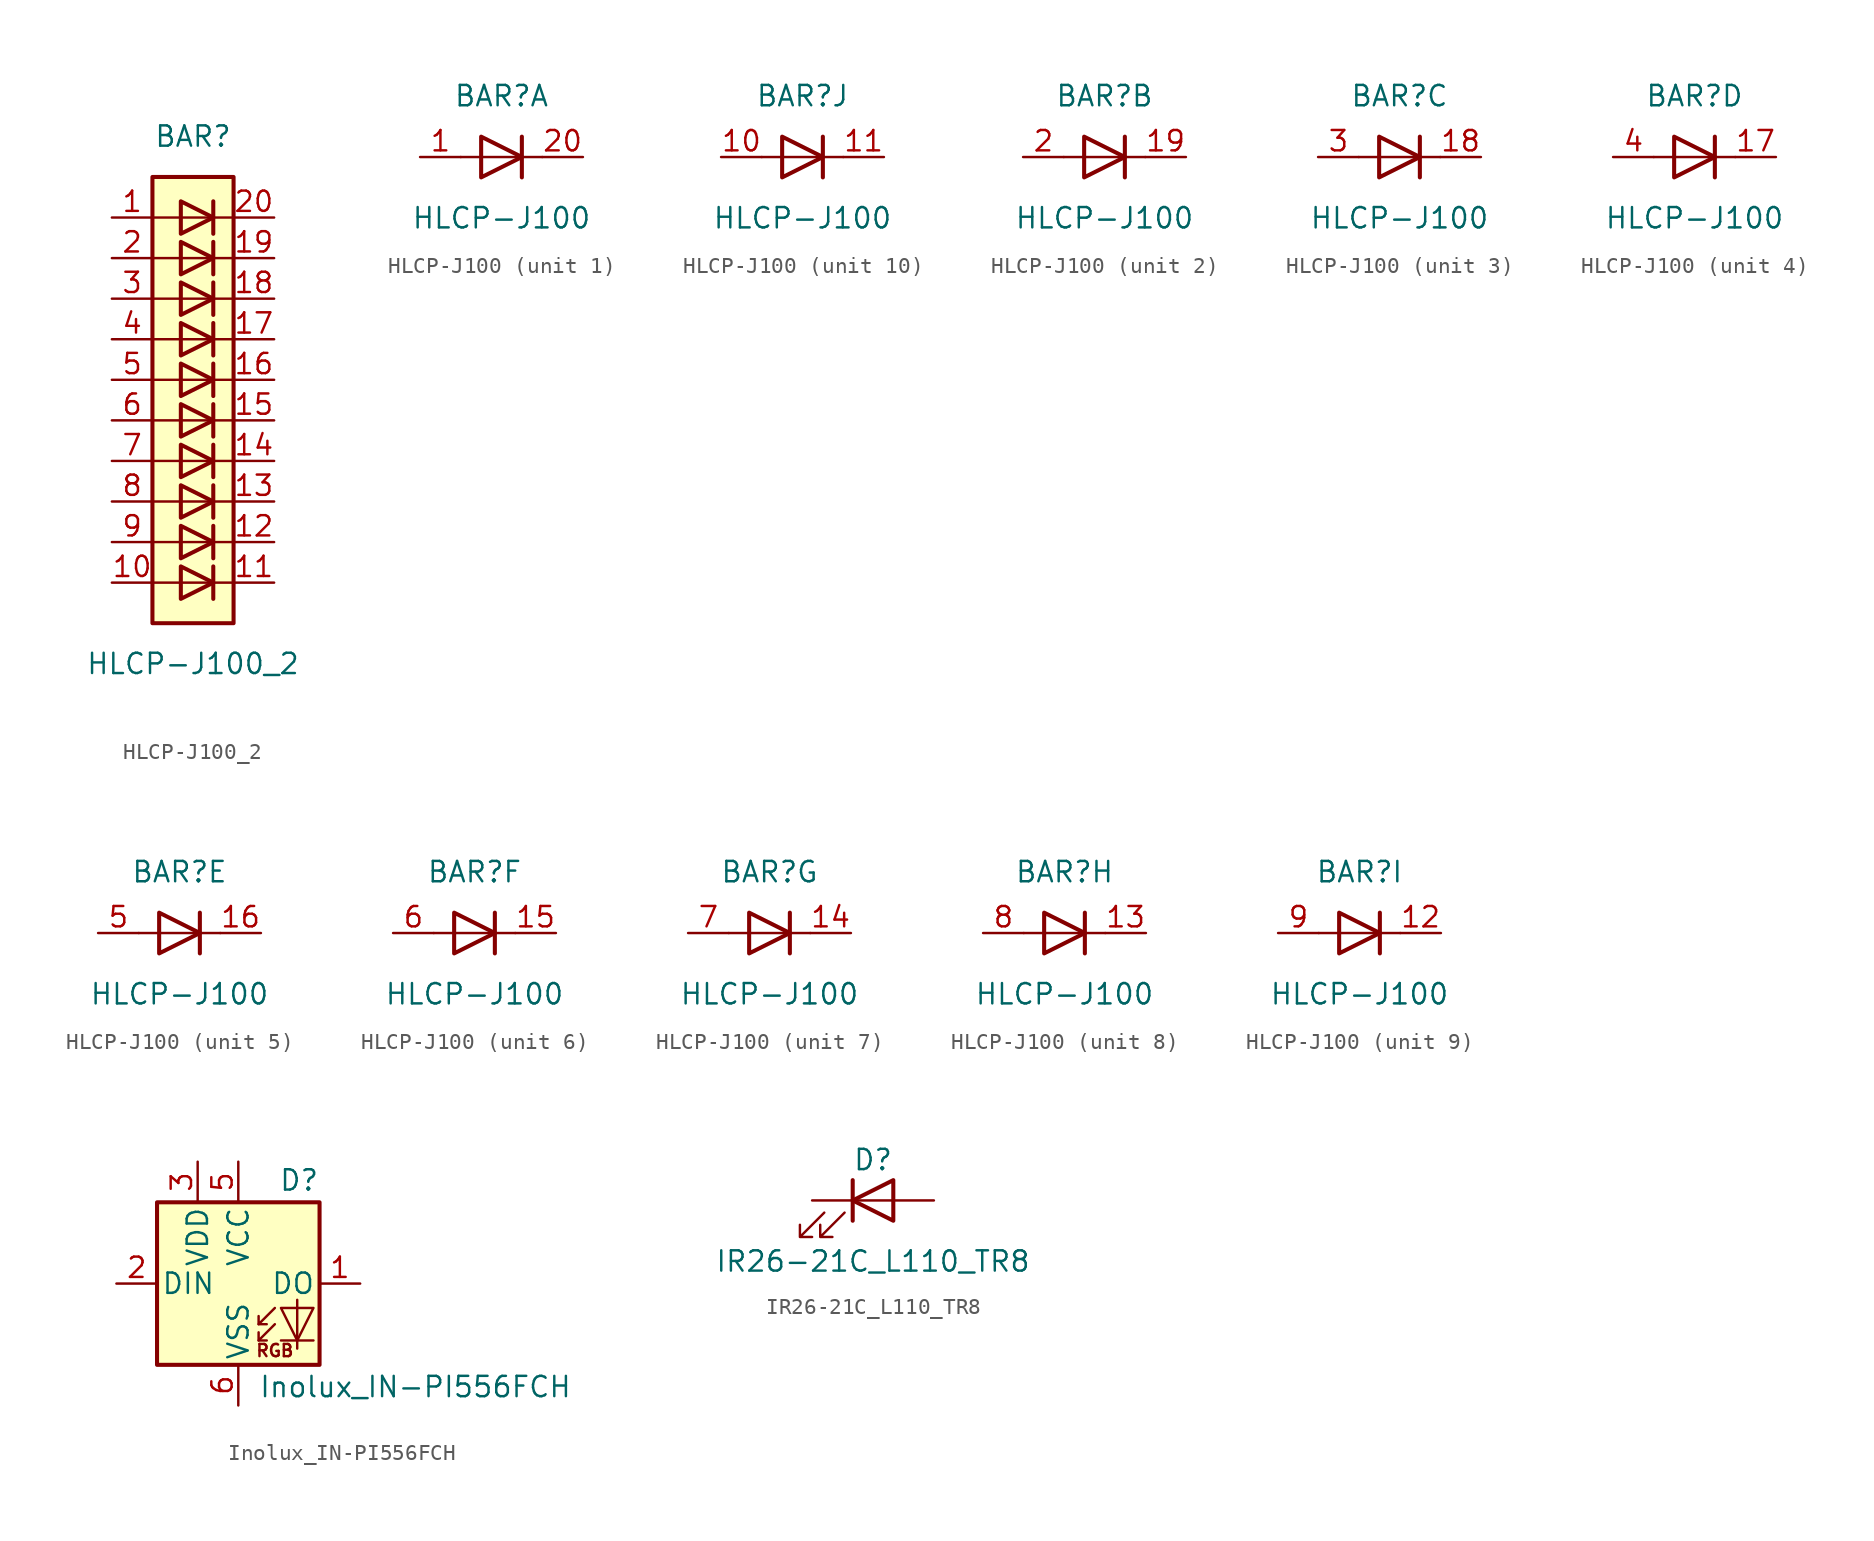
<source format=kicad_sym>
(kicad_symbol_lib
  (version 20241209)
  (generator "kicad_symbol_editor")
  (generator_version "9.0")
  (symbol "HLCP-J100_2"
    (pin_names
      (offset 1.016) hide)
    (property "Reference" "BAR"
      (at 0 15.24 0)
      (effects (font (size 1.27 1.27))))
    (property "Value" "HLCP-J100_2"
      (at 0 -17.78 0)
      (effects (font (size 1.27 1.27))))
    (symbol "HLCP-J100_2_0_1"
      (rectangle (start -2.54 12.7) (end 2.54 -15.24) (stroke (width 0.254) (type default)) (fill (type background)))
      (polyline (pts (xy -2.54 10.16) (xy 2.54 10.16)) (stroke (width 0) (type default)) (fill (type none)))
      (polyline (pts (xy -2.54 7.62) (xy 2.54 7.62)) (stroke (width 0) (type default)) (fill (type none)))
      (polyline (pts (xy -2.54 5.08) (xy 2.54 5.08)) (stroke (width 0) (type default)) (fill (type none)))
      (polyline (pts (xy -2.54 0) (xy 2.54 0)) (stroke (width 0) (type default)) (fill (type none)))
      (polyline (pts (xy -2.54 -5.08) (xy 2.54 -5.08)) (stroke (width 0) (type default)) (fill (type none)))
      (polyline (pts (xy -2.54 -7.62) (xy 2.54 -7.62)) (stroke (width 0) (type default)) (fill (type none)))
      (polyline (pts (xy -2.54 -10.16) (xy 2.54 -10.16)) (stroke (width 0) (type default)) (fill (type none)))
      (polyline (pts (xy -2.54 -12.7) (xy 2.54 -12.7)) (stroke (width 0) (type default)) (fill (type none)))
      (polyline (pts (xy -0.762 11.176) (xy -0.762 9.144) (xy 1.27 10.16) (xy -0.762 11.176)) (stroke (width 0.254) (type default)) (fill (type none)))
      (polyline (pts (xy -0.762 8.636) (xy -0.762 6.604) (xy 1.27 7.62) (xy -0.762 8.636)) (stroke (width 0.254) (type default)) (fill (type none)))
      (polyline (pts (xy -0.762 6.096) (xy -0.762 4.064) (xy 1.27 5.08) (xy -0.762 6.096)) (stroke (width 0.254) (type default)) (fill (type none)))
      (polyline (pts (xy -0.762 3.556) (xy -0.762 1.524) (xy 1.27 2.54) (xy -0.762 3.556)) (stroke (width 0.254) (type default)) (fill (type none)))
      (polyline (pts (xy -0.762 1.016) (xy -0.762 -1.016) (xy 1.27 0) (xy -0.762 1.016)) (stroke (width 0.254) (type default)) (fill (type none)))
      (polyline (pts (xy -0.762 -1.524) (xy -0.762 -3.556) (xy 1.27 -2.54) (xy -0.762 -1.524)) (stroke (width 0.254) (type default)) (fill (type none)))
      (polyline (pts (xy -0.762 -4.064) (xy -0.762 -6.096) (xy 1.27 -5.08) (xy -0.762 -4.064)) (stroke (width 0.254) (type default)) (fill (type none)))
      (polyline (pts (xy -0.762 -6.604) (xy -0.762 -8.636) (xy 1.27 -7.62) (xy -0.762 -6.604)) (stroke (width 0.254) (type default)) (fill (type none)))
      (polyline (pts (xy -0.762 -9.144) (xy -0.762 -11.176) (xy 1.27 -10.16) (xy -0.762 -9.144)) (stroke (width 0.254) (type default)) (fill (type none)))
      (polyline (pts (xy -0.762 -11.684) (xy -0.762 -13.716) (xy 1.27 -12.7) (xy -0.762 -11.684)) (stroke (width 0.254) (type default)) (fill (type none)))
      (polyline (pts (xy 1.27 11.176) (xy 1.27 9.144)) (stroke (width 0.254) (type default)) (fill (type none)))
      (polyline (pts (xy 1.27 8.636) (xy 1.27 6.604)) (stroke (width 0.254) (type default)) (fill (type none)))
      (polyline (pts (xy 1.27 6.096) (xy 1.27 4.064)) (stroke (width 0.254) (type default)) (fill (type none)))
      (polyline (pts (xy 1.27 3.556) (xy 1.27 1.524)) (stroke (width 0.254) (type default)) (fill (type none)))
      (polyline (pts (xy 1.27 1.016) (xy 1.27 -1.016)) (stroke (width 0.254) (type default)) (fill (type none)))
      (polyline (pts (xy 1.27 -1.524) (xy 1.27 -3.556)) (stroke (width 0.254) (type default)) (fill (type none)))
      (polyline (pts (xy 1.27 -4.064) (xy 1.27 -6.096)) (stroke (width 0.254) (type default)) (fill (type none)))
      (polyline (pts (xy 1.27 -6.604) (xy 1.27 -8.636)) (stroke (width 0.254) (type default)) (fill (type none)))
      (polyline (pts (xy 1.27 -9.144) (xy 1.27 -11.176)) (stroke (width 0.254) (type default)) (fill (type none)))
      (polyline (pts (xy 1.27 -11.684) (xy 1.27 -13.716)) (stroke (width 0.254) (type default)) (fill (type none)))
      (polyline (pts (xy 2.54 2.54) (xy -2.54 2.54)) (stroke (width 0) (type default)) (fill (type none)))
      (polyline (pts (xy 2.54 -2.54) (xy -2.54 -2.54)) (stroke (width 0) (type default)) (fill (type none))))
    (symbol "HLCP-J100_2_1_1"
      (pin passive line (at -5.08 10.16 0) (length 2.54) (name "A" (effects (font (size 1.27 1.27)))) (number "1" (effects (font (size 1.27 1.27)))))
      (pin passive line (at -5.08 7.62 0) (length 2.54) (name "A" (effects (font (size 1.27 1.27)))) (number "2" (effects (font (size 1.27 1.27)))))
      (pin passive line (at -5.08 5.08 0) (length 2.54) (name "A" (effects (font (size 1.27 1.27)))) (number "3" (effects (font (size 1.27 1.27)))))
      (pin passive line (at -5.08 2.54 0) (length 2.54) (name "A" (effects (font (size 1.27 1.27)))) (number "4" (effects (font (size 1.27 1.27)))))
      (pin passive line (at -5.08 0 0) (length 2.54) (name "A" (effects (font (size 1.27 1.27)))) (number "5" (effects (font (size 1.27 1.27)))))
      (pin passive line (at -5.08 -2.54 0) (length 2.54) (name "A" (effects (font (size 1.27 1.27)))) (number "6" (effects (font (size 1.27 1.27)))))
      (pin passive line (at -5.08 -5.08 0) (length 2.54) (name "A" (effects (font (size 1.27 1.27)))) (number "7" (effects (font (size 1.27 1.27)))))
      (pin passive line (at -5.08 -7.62 0) (length 2.54) (name "A" (effects (font (size 1.27 1.27)))) (number "8" (effects (font (size 1.27 1.27)))))
      (pin passive line (at -5.08 -10.16 0) (length 2.54) (name "A" (effects (font (size 1.27 1.27)))) (number "9" (effects (font (size 1.27 1.27)))))
      (pin passive line (at -5.08 -12.7 0) (length 2.54) (name "A" (effects (font (size 1.27 1.27)))) (number "10" (effects (font (size 1.27 1.27)))))
      (pin passive line (at 5.08 10.16 180) (length 2.54) (name "K" (effects (font (size 1.27 1.27)))) (number "20" (effects (font (size 1.27 1.27)))))
      (pin passive line (at 5.08 7.62 180) (length 2.54) (name "K" (effects (font (size 1.27 1.27)))) (number "19" (effects (font (size 1.27 1.27)))))
      (pin passive line (at 5.08 5.08 180) (length 2.54) (name "K" (effects (font (size 1.27 1.27)))) (number "18" (effects (font (size 1.27 1.27)))))
      (pin passive line (at 5.08 2.54 180) (length 2.54) (name "K" (effects (font (size 1.27 1.27)))) (number "17" (effects (font (size 1.27 1.27)))))
      (pin passive line (at 5.08 0 180) (length 2.54) (name "K" (effects (font (size 1.27 1.27)))) (number "16" (effects (font (size 1.27 1.27)))))
      (pin passive line (at 5.08 -2.54 180) (length 2.54) (name "K" (effects (font (size 1.27 1.27)))) (number "15" (effects (font (size 1.27 1.27)))))
      (pin passive line (at 5.08 -5.08 180) (length 2.54) (name "K" (effects (font (size 1.27 1.27)))) (number "14" (effects (font (size 1.27 1.27)))))
      (pin passive line (at 5.08 -7.62 180) (length 2.54) (name "K" (effects (font (size 1.27 1.27)))) (number "13" (effects (font (size 1.27 1.27)))))
      (pin passive line (at 5.08 -10.16 180) (length 2.54) (name "K" (effects (font (size 1.27 1.27)))) (number "12" (effects (font (size 1.27 1.27)))))
      (pin passive line (at 5.08 -12.7 180) (length 2.54) (name "K" (effects (font (size 1.27 1.27)))) (number "11" (effects (font (size 1.27 1.27)))))))
  (symbol "HLCP-J100"
    (pin_names
      (offset 1.016) hide)
    (property "Reference" "BAR"
      (at 0 3.81 0)
      (effects (font (size 1.27 1.27))))
    (property "Value" "HLCP-J100"
      (at 0 -3.81 0)
      (effects (font (size 1.27 1.27))))
    (symbol "HLCP-J100_0_1"
      (polyline (pts (xy -2.54 0) (xy 2.54 0)) (stroke (width 0) (type default)) (fill (type none)))
      (polyline (pts (xy -1.27 1.27) (xy -1.27 -1.27) (xy 1.27 0) (xy -1.27 1.27)) (stroke (width 0.254) (type default)) (fill (type none)))
      (polyline (pts (xy 1.27 -1.27) (xy 1.27 1.27)) (stroke (width 0.254) (type default)) (fill (type none))))
    (symbol "HLCP-J100_1_1"
      (pin passive line (at -5.08 0 0) (length 2.54) (name "A" (effects (font (size 1.27 1.27)))) (number "1" (effects (font (size 1.27 1.27)))))
      (pin passive line (at 5.08 0 180) (length 2.54) (name "K" (effects (font (size 1.27 1.27)))) (number "20" (effects (font (size 1.27 1.27))))))
    (symbol "HLCP-J100_2_1"
      (pin passive line (at -5.08 0 0) (length 2.54) (name "A" (effects (font (size 1.27 1.27)))) (number "2" (effects (font (size 1.27 1.27)))))
      (pin passive line (at 5.08 0 180) (length 2.54) (name "K" (effects (font (size 1.27 1.27)))) (number "19" (effects (font (size 1.27 1.27))))))
    (symbol "HLCP-J100_3_1"
      (pin passive line (at -5.08 0 0) (length 2.54) (name "A" (effects (font (size 1.27 1.27)))) (number "3" (effects (font (size 1.27 1.27)))))
      (pin passive line (at 5.08 0 180) (length 2.54) (name "K" (effects (font (size 1.27 1.27)))) (number "18" (effects (font (size 1.27 1.27))))))
    (symbol "HLCP-J100_4_1"
      (pin passive line (at -5.08 0 0) (length 2.54) (name "A" (effects (font (size 1.27 1.27)))) (number "4" (effects (font (size 1.27 1.27)))))
      (pin passive line (at 5.08 0 180) (length 2.54) (name "K" (effects (font (size 1.27 1.27)))) (number "17" (effects (font (size 1.27 1.27))))))
    (symbol "HLCP-J100_5_1"
      (pin passive line (at -5.08 0 0) (length 2.54) (name "A" (effects (font (size 1.27 1.27)))) (number "5" (effects (font (size 1.27 1.27)))))
      (pin passive line (at 5.08 0 180) (length 2.54) (name "K" (effects (font (size 1.27 1.27)))) (number "16" (effects (font (size 1.27 1.27))))))
    (symbol "HLCP-J100_6_1"
      (pin passive line (at -5.08 0 0) (length 2.54) (name "A" (effects (font (size 1.27 1.27)))) (number "6" (effects (font (size 1.27 1.27)))))
      (pin passive line (at 5.08 0 180) (length 2.54) (name "K" (effects (font (size 1.27 1.27)))) (number "15" (effects (font (size 1.27 1.27))))))
    (symbol "HLCP-J100_7_1"
      (pin passive line (at -5.08 0 0) (length 2.54) (name "A" (effects (font (size 1.27 1.27)))) (number "7" (effects (font (size 1.27 1.27)))))
      (pin passive line (at 5.08 0 180) (length 2.54) (name "K" (effects (font (size 1.27 1.27)))) (number "14" (effects (font (size 1.27 1.27))))))
    (symbol "HLCP-J100_8_1"
      (pin passive line (at -5.08 0 0) (length 2.54) (name "A" (effects (font (size 1.27 1.27)))) (number "8" (effects (font (size 1.27 1.27)))))
      (pin passive line (at 5.08 0 180) (length 2.54) (name "K" (effects (font (size 1.27 1.27)))) (number "13" (effects (font (size 1.27 1.27))))))
    (symbol "HLCP-J100_9_1"
      (pin passive line (at -5.08 0 0) (length 2.54) (name "A" (effects (font (size 1.27 1.27)))) (number "9" (effects (font (size 1.27 1.27)))))
      (pin passive line (at 5.08 0 180) (length 2.54) (name "K" (effects (font (size 1.27 1.27)))) (number "12" (effects (font (size 1.27 1.27))))))
    (symbol "HLCP-J100_10_1"
      (pin passive line (at -5.08 0 0) (length 2.54) (name "A" (effects (font (size 1.27 1.27)))) (number "10" (effects (font (size 1.27 1.27)))))
      (pin passive line (at 5.08 0 180) (length 2.54) (name "K" (effects (font (size 1.27 1.27)))) (number "11" (effects (font (size 1.27 1.27)))))))
  (symbol "Inolux_IN-PI556FCH"
    (pin_names
      (offset 0.254))
    (property "Reference" "D"
      (at 5.08 5.715 0)
      (effects (font (size 1.27 1.27)) (justify right bottom)))
    (property "Value" "Inolux_IN-PI556FCH"
      (at 1.27 -5.715 0)
      (effects (font (size 1.27 1.27)) (justify left top)))
    (symbol "Inolux_IN-PI556FCH_0_0"
      (text "RGB" (at 2.286 -4.191 0) (effects (font (size 0.762 0.762)))))
    (symbol "Inolux_IN-PI556FCH_0_1"
      (polyline (pts (xy 1.27 -2.54) (xy 1.778 -2.54)) (stroke (width 0) (type default)) (fill (type none)))
      (polyline (pts (xy 1.27 -3.556) (xy 1.778 -3.556)) (stroke (width 0) (type default)) (fill (type none)))
      (polyline (pts (xy 2.286 -1.524) (xy 1.27 -2.54) (xy 1.27 -2.032)) (stroke (width 0) (type default)) (fill (type none)))
      (polyline (pts (xy 2.286 -2.54) (xy 1.27 -3.556) (xy 1.27 -3.048)) (stroke (width 0) (type default)) (fill (type none)))
      (polyline (pts (xy 3.683 -1.016) (xy 3.683 -3.556) (xy 3.683 -4.064)) (stroke (width 0) (type default)) (fill (type none)))
      (polyline (pts (xy 4.699 -1.524) (xy 2.667 -1.524) (xy 3.683 -3.556) (xy 4.699 -1.524)) (stroke (width 0) (type default)) (fill (type none)))
      (polyline (pts (xy 4.699 -3.556) (xy 2.667 -3.556)) (stroke (width 0) (type default)) (fill (type none)))
      (rectangle (start 5.08 5.08) (end -5.08 -5.08) (stroke (width 0.254) (type default)) (fill (type background))))
    (symbol "Inolux_IN-PI556FCH_1_1"
      (pin input line (at -7.62 0 0) (length 2.54) (name "DIN" (effects (font (size 1.27 1.27)))) (number "2" (effects (font (size 1.27 1.27)))))
      (pin power_in line (at -2.54 7.62 270) (length 2.54) (name "VDD" (effects (font (size 1.27 1.27)))) (number "3" (effects (font (size 1.27 1.27)))))
      (pin power_in line (at 0 7.62 270) (length 2.54) (name "VCC" (effects (font (size 1.27 1.27)))) (number "5" (effects (font (size 1.27 1.27)))))
      (pin power_in line (at 0 -7.62 90) (length 2.54) (name "VSS" (effects (font (size 1.27 1.27)))) (number "6" (effects (font (size 1.27 1.27)))))
      (pin no_connect line (at 5.08 2.54 180) (length 2.54) hide (name "NC" (effects (font (size 1.27 1.27)))) (number "4" (effects (font (size 1.27 1.27)))))
      (pin output line (at 7.62 0 180) (length 2.54) (name "DO" (effects (font (size 1.27 1.27)))) (number "1" (effects (font (size 1.27 1.27)))))))
  (symbol "IR26-21C_L110_TR8"
    (pin_numbers hide)
    (pin_names
      (offset 1.016) hide)
    (property "Reference" "D"
      (at 0 2.54 0)
      (effects (font (size 1.27 1.27))))
    (property "Value" "IR26-21C_L110_TR8"
      (at 0 -3.81 0)
      (effects (font (size 1.27 1.27))))
    (symbol "IR26-21C_L110_TR8_0_1"
      (polyline (pts (xy -3.048 -0.762) (xy -4.572 -2.286) (xy -3.81 -2.286) (xy -4.572 -2.286) (xy -4.572 -1.524)) (stroke (width 0) (type default)) (fill (type none)))
      (polyline (pts (xy -1.778 -0.762) (xy -3.302 -2.286) (xy -2.54 -2.286) (xy -3.302 -2.286) (xy -3.302 -1.524)) (stroke (width 0) (type default)) (fill (type none)))
      (polyline (pts (xy -1.27 0) (xy 1.27 0)) (stroke (width 0) (type default)) (fill (type none)))
      (polyline (pts (xy -1.27 -1.27) (xy -1.27 1.27)) (stroke (width 0.254) (type default)) (fill (type none)))
      (polyline (pts (xy 1.27 -1.27) (xy 1.27 1.27) (xy -1.27 0) (xy 1.27 -1.27)) (stroke (width 0.254) (type default)) (fill (type none))))
    (symbol "IR26-21C_L110_TR8_1_1"
      (pin passive line (at -3.81 0 0) (length 2.54) (name "K" (effects (font (size 1.27 1.27)))) (number "1" (effects (font (size 1.27 1.27)))))
      (pin passive line (at 3.81 0 180) (length 2.54) (name "A" (effects (font (size 1.27 1.27)))) (number "2" (effects (font (size 1.27 1.27))))))))
</source>
